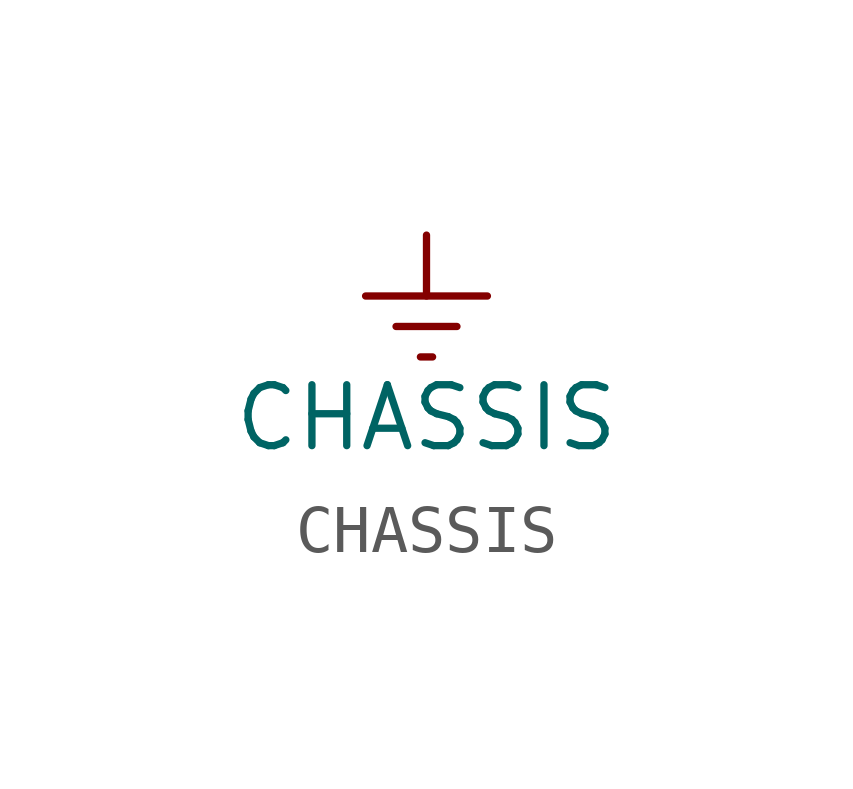
<source format=kicad_sym>
(kicad_symbol_lib
  (version 20241209)
  (generator "kicad_symbol_editor")
  (generator_version "9.0")
  (symbol "CHASSIS"
    (power)
    (pin_names
      (offset 0))
    (property "Reference" "#PWR"
      (at 0 -6.35 0)
      (effects (font (size 1.27 1.27)) (hide yes)))
    (property "Value" "CHASSIS"
      (at 0 -3.81 0)
      (effects (font (size 1.27 1.27))))
    (symbol "CHASSIS_0_1"
      (polyline (pts (xy -0.635 -1.905) (xy 0.635 -1.905)) (stroke (width 0) (type default)) (fill (type none)))
      (polyline (pts (xy -0.127 -2.54) (xy 0.127 -2.54)) (stroke (width 0) (type default)) (fill (type none)))
      (polyline (pts (xy 0 -1.27) (xy 0 0)) (stroke (width 0) (type default)) (fill (type none)))
      (polyline (pts (xy 1.27 -1.27) (xy -1.27 -1.27)) (stroke (width 0) (type default)) (fill (type none))))
    (symbol "CHASSIS_1_1"
      (pin power_in line (at 0 0 270) (length 0) (hide yes) (name "CHASSIS" (effects (font (size 1.27 1.27)))) (number "1" (effects (font (size 1.27 1.27))))))))
</source>
